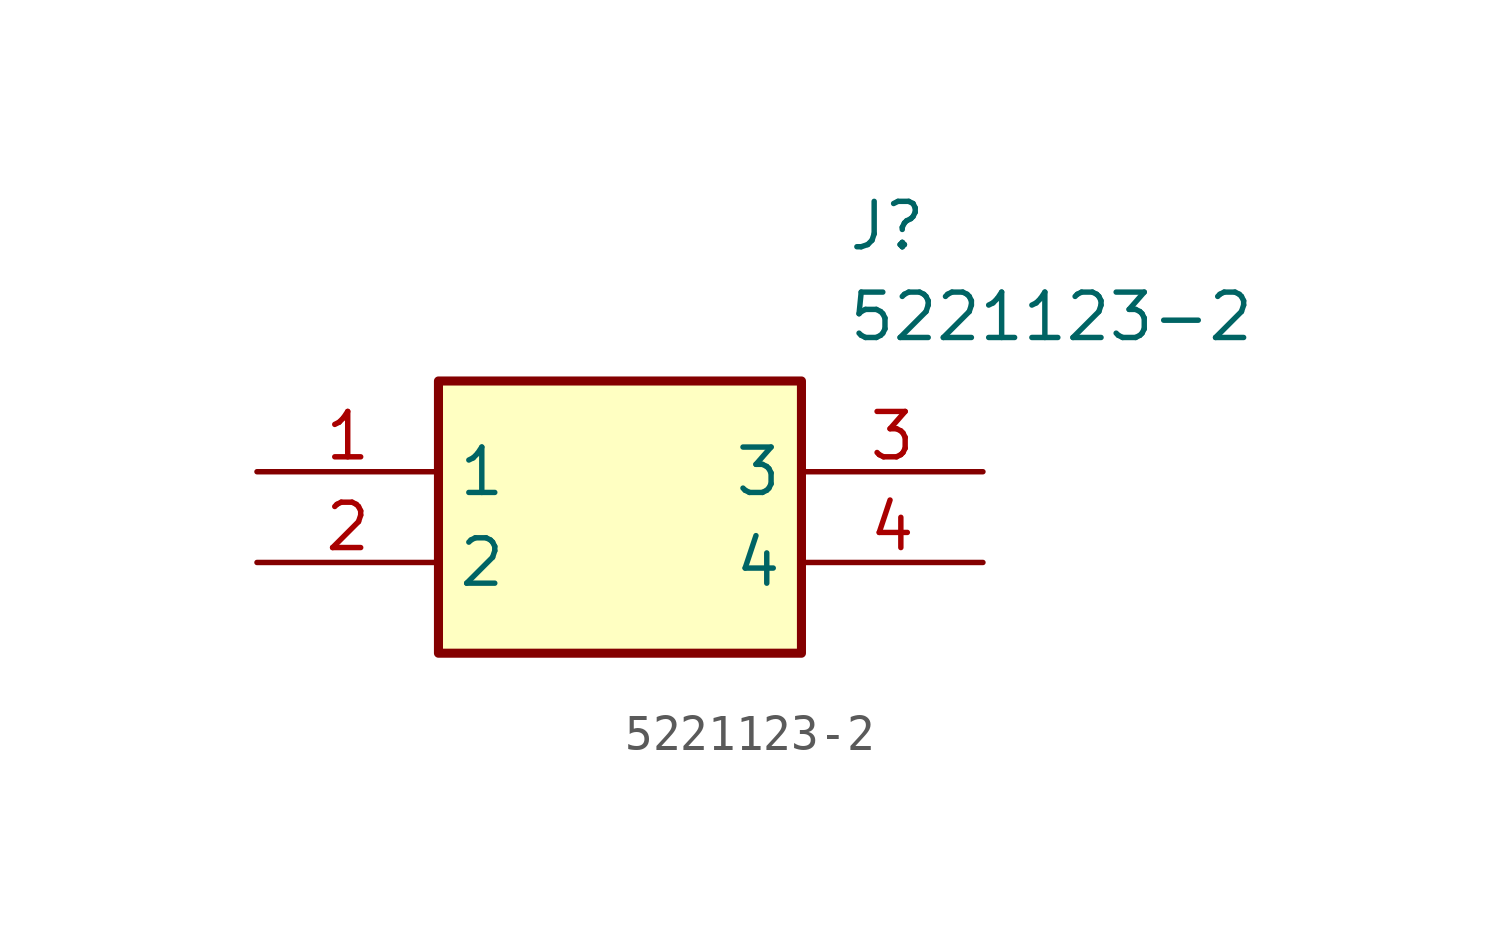
<source format=kicad_sym>
(kicad_symbol_lib
  (version 20211014)
  (generator SamacSys_ECAD_Model)
  (symbol "5221123-2"
    (property "Reference" "J"
      (at 16.51 7.62 0)
      (effects (font (size 1.27 1.27)) (justify left top)))
    (property "Value" "5221123-2"
      (at 16.51 5.08 0)
      (effects (font (size 1.27 1.27)) (justify left top)))
    (rectangle
      (start 5.08 2.54)
      (end 15.24 -5.08)
      (stroke (width 0.254) (type default))
      (fill (type background)))
    (pin passive line
      (at 0 0 0)
      (length 5.08)
      (name "1" (effects (font (size 1.27 1.27))))
      (number "1" (effects (font (size 1.27 1.27)))))
    (pin passive line
      (at 0 -2.54 0)
      (length 5.08)
      (name "2" (effects (font (size 1.27 1.27))))
      (number "2" (effects (font (size 1.27 1.27)))))
    (pin passive line
      (at 20.32 0 180)
      (length 5.08)
      (name "3" (effects (font (size 1.27 1.27))))
      (number "3" (effects (font (size 1.27 1.27)))))
    (pin passive line
      (at 20.32 -2.54 180)
      (length 5.08)
      (name "4" (effects (font (size 1.27 1.27))))
      (number "4" (effects (font (size 1.27 1.27)))))))
</source>
